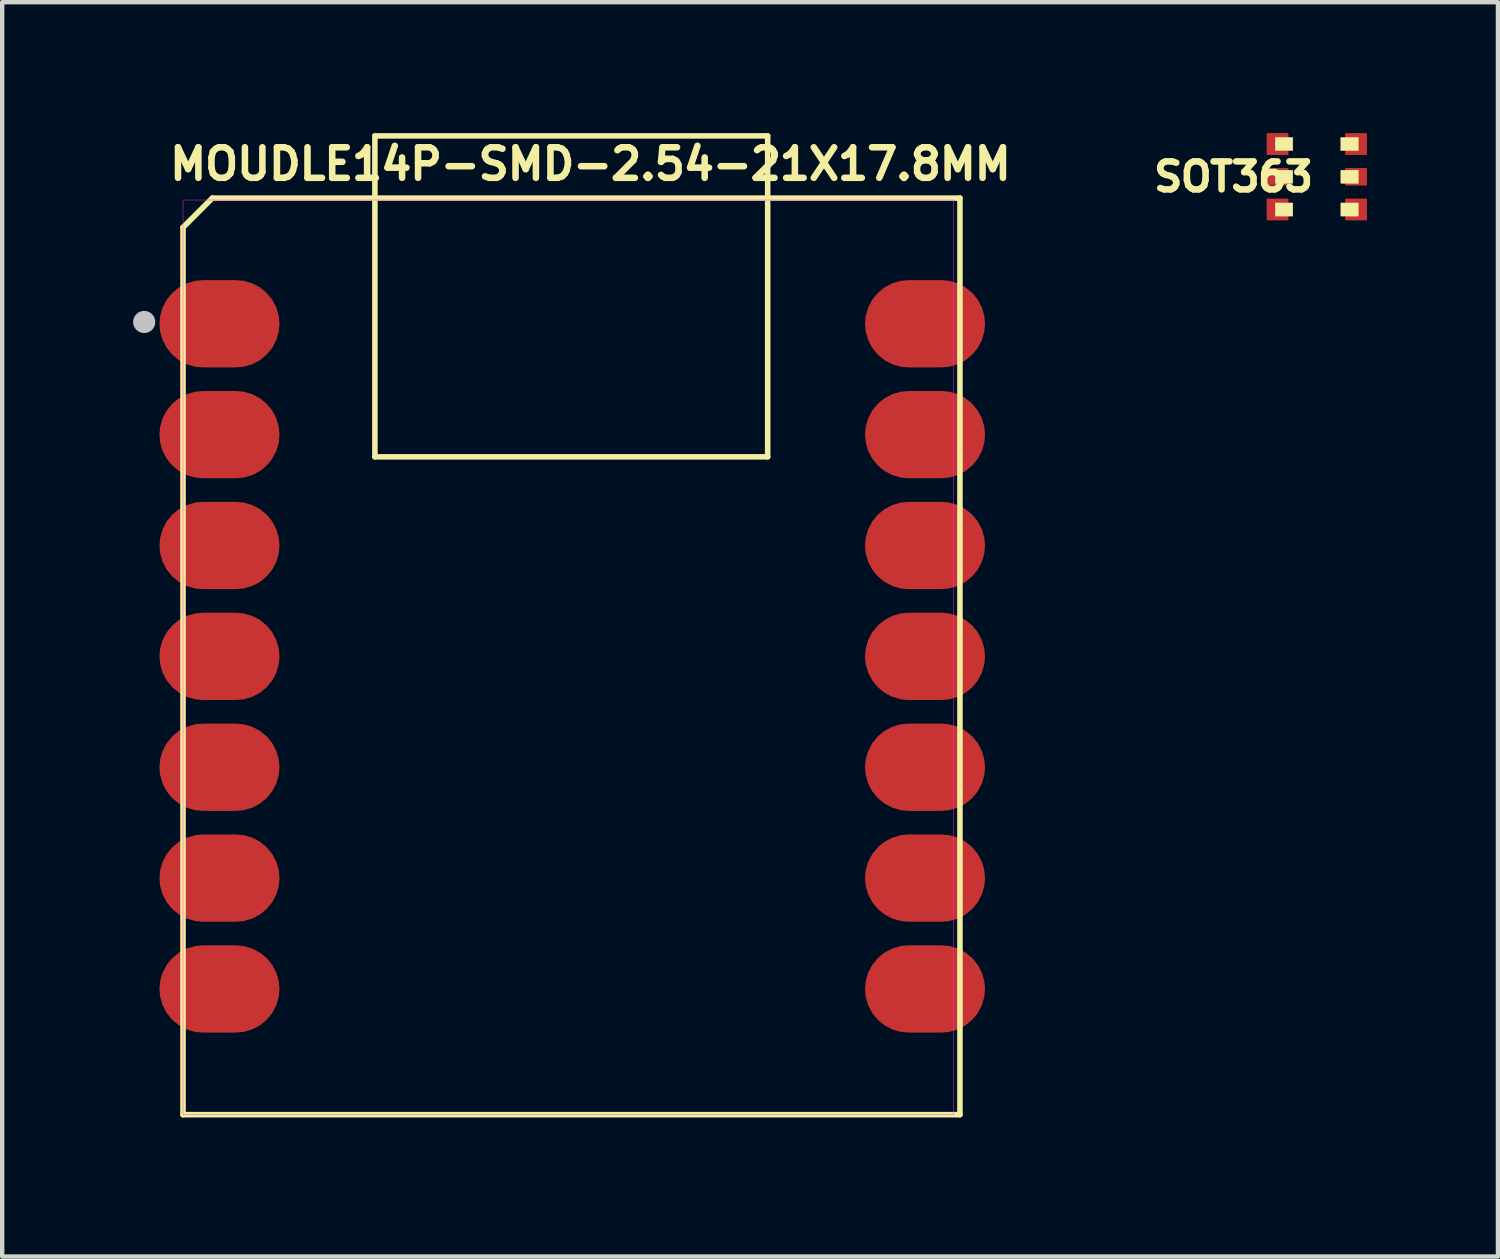
<source format=kicad_pcb>
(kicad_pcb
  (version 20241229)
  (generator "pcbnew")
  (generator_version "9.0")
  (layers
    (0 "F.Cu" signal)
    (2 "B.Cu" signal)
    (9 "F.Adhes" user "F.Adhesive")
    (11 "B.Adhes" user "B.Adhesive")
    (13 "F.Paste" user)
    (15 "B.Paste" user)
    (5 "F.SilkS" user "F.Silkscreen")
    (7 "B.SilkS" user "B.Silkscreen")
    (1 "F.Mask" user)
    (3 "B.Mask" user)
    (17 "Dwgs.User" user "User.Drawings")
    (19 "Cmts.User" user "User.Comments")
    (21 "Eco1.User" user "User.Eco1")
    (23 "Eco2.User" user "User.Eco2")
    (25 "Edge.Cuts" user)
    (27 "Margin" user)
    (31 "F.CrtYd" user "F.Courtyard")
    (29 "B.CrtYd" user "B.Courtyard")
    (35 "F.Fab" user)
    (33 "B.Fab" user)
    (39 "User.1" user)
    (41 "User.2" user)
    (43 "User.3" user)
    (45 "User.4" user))
  (footprint "MOUDLE14P-SMD-2.54-21X17.8MM"
    (layer "F.Cu")
    (at 1.143 22.488)
    (property "Reference" "MOUDLE14P-SMD-2.54-21X17.8MM" (at 9.335 -21.78 0) (layer "F.SilkS") (effects (font (size 0.7 0.7) (thickness 0.15))))
    (attr through_hole)
    (fp_line (start 0 -20.328) (end 0 0) (stroke (width 0.127) (type solid)) (layer "F.SilkS"))
    (fp_line (start 0 0) (end 17.8 0) (stroke (width 0.127) (type solid)) (layer "F.SilkS"))
    (fp_line (start 0.672 -21) (end 0 -20.328) (stroke (width 0.127) (type solid)) (layer "F.SilkS"))
    (fp_line (start 4.396 -15.072) (end 4.396 -22.425) (stroke (width 0.127) (type solid)) (layer "F.SilkS"))
    (fp_line (start 4.4 -22.424) (end 13.395 -22.424) (stroke (width 0.127) (type solid)) (layer "F.SilkS"))
    (fp_line (start 13.395 -22.424) (end 13.395 -15.072) (stroke (width 0.127) (type solid)) (layer "F.SilkS"))
    (fp_line (start 13.395 -15.072) (end 4.396 -15.072) (stroke (width 0.127) (type solid)) (layer "F.SilkS"))
    (fp_line (start 17.8 -21) (end 0.672 -21) (stroke (width 0.127) (type solid)) (layer "F.SilkS"))
    (fp_line (start 17.8 0) (end 17.8 -21) (stroke (width 0.127) (type solid)) (layer "F.SilkS"))
    (fp_circle (center -0.889 -18.161) (end -0.635 -18.161) (stroke (width 0) (type solid)) (fill yes) (layer "Dwgs.User"))
    (fp_poly (pts (xy 0 -20.955) (xy 17.653 -20.955) (xy 17.653 0) (xy 0 0)) (stroke (width 0.01) (type solid)) (fill no) (layer "F.CrtYd"))
    (pad "1" smd roundrect (at 0.835 -18.12) (size 2.75 2) (layers "F.Cu" "F.Mask" "F.Paste") (roundrect_rratio 0.5))
    (pad "2" smd roundrect (at 0.835 -15.58) (size 2.75 2) (layers "F.Cu" "F.Mask" "F.Paste") (roundrect_rratio 0.5))
    (pad "3" smd roundrect (at 0.835 -13.04) (size 2.75 2) (layers "F.Cu" "F.Mask" "F.Paste") (roundrect_rratio 0.5))
    (pad "4" smd roundrect (at 0.835 -10.5) (size 2.75 2) (layers "F.Cu" "F.Mask" "F.Paste") (roundrect_rratio 0.5))
    (pad "5" smd roundrect (at 0.835 -7.96) (size 2.75 2) (layers "F.Cu" "F.Mask" "F.Paste") (roundrect_rratio 0.5))
    (pad "6" smd roundrect (at 0.835 -5.42) (size 2.75 2) (layers "F.Cu" "F.Mask" "F.Paste") (roundrect_rratio 0.5))
    (pad "7" smd roundrect (at 0.835 -2.88) (size 2.75 2) (layers "F.Cu" "F.Mask" "F.Paste") (roundrect_rratio 0.5))
    (pad "8" smd roundrect (at 17 -2.88) (size 2.75 2) (layers "F.Cu" "F.Mask" "F.Paste") (roundrect_rratio 0.5))
    (pad "9" smd roundrect (at 17 -5.42) (size 2.75 2) (layers "F.Cu" "F.Mask" "F.Paste") (roundrect_rratio 0.5))
    (pad "10" smd roundrect (at 17 -7.96) (size 2.75 2) (layers "F.Cu" "F.Mask" "F.Paste") (roundrect_rratio 0.5))
    (pad "11" smd roundrect (at 17 -10.5) (size 2.75 2) (layers "F.Cu" "F.Mask" "F.Paste") (roundrect_rratio 0.5))
    (pad "12" smd roundrect (at 17 -13.04) (size 2.75 2) (layers "F.Cu" "F.Mask" "F.Paste") (roundrect_rratio 0.5))
    (pad "13" smd roundrect (at 17 -15.58) (size 2.75 2) (layers "F.Cu" "F.Mask" "F.Paste") (roundrect_rratio 0.5))
    (pad "14" smd roundrect (at 17 -18.12) (size 2.75 2) (layers "F.Cu" "F.Mask" "F.Paste") (roundrect_rratio 0.5))
    (zone (net_name "") (layer "F.Cu") (hatch full 0.508) (connect_pads) (min_thickness 0.01) (filled_areas_thickness no) (keepout (tracks not_allowed) (vias not_allowed) (pads not_allowed) (copperpour not_allowed) (footprints allowed)) (placement (enabled no)) (fill) (polygon (pts (xy 4.128 9.725) (xy 7.048 9.725) (xy 7.048 11.757) (xy 4.128 11.757))))
    (zone (net_name "") (layer "F.Cu") (hatch full 0.508) (connect_pads) (min_thickness 0.01) (filled_areas_thickness no) (keepout (tracks not_allowed) (vias not_allowed) (pads not_allowed) (copperpour not_allowed) (footprints allowed)) (placement (enabled no)) (fill) (polygon (pts (xy 4.826 1.407) (xy 6.604 1.407) (xy 6.604 4.074) (xy 4.826 4.074))))
    (zone (net_name "") (layer "F.Cu") (hatch full 0.508) (connect_pads) (min_thickness 0.01) (filled_areas_thickness no) (keepout (tracks not_allowed) (vias not_allowed) (pads not_allowed) (copperpour not_allowed) (footprints allowed)) (placement (enabled no)) (fill) (polygon (pts (xy 4.826 5.471) (xy 6.604 5.471) (xy 6.604 8.137) (xy 4.826 8.137))))
    (zone (net_name "") (layer "F.Cu") (hatch full 0.508) (connect_pads) (min_thickness 0.01) (filled_areas_thickness no) (keepout (tracks not_allowed) (vias not_allowed) (pads not_allowed) (copperpour not_allowed) (footprints allowed)) (placement (enabled no)) (fill) (polygon (pts (xy 7.493 2.168) (xy 12.7 2.168) (xy 12.7 9.153) (xy 7.493 9.153))))
    (zone (net_name "") (layer "F.Cu") (hatch full 0.508) (connect_pads) (min_thickness 0.01) (filled_areas_thickness no) (keepout (tracks not_allowed) (vias not_allowed) (pads not_allowed) (copperpour not_allowed) (footprints allowed)) (placement (enabled no)) (fill) (polygon (pts (xy 7.493 19.314) (xy 13.208 19.314) (xy 13.208 21.854) (xy 7.493 21.854))))
    (zone (net_name "") (layer "F.Cu") (hatch full 0.508) (connect_pads) (min_thickness 0.01) (filled_areas_thickness no) (keepout (tracks not_allowed) (vias not_allowed) (pads not_allowed) (copperpour not_allowed) (footprints allowed)) (placement (enabled no)) (fill) (polygon (pts (xy 10.922 11.185) (xy 13.97 11.185) (xy 13.97 14.233) (xy 10.922 14.233))))
    (zone (net_name "") (layer "F.Cu") (hatch full 0.508) (connect_pads) (min_thickness 0.01) (filled_areas_thickness no) (keepout (tracks not_allowed) (vias not_allowed) (pads not_allowed) (copperpour not_allowed) (footprints allowed)) (placement (enabled no)) (fill) (polygon (pts (xy 13.462 1.407) (xy 15.24 1.407) (xy 15.24 4.074) (xy 13.462 4.074))))
    (zone (net_name "") (layer "F.Cu") (hatch full 0.508) (connect_pads) (min_thickness 0.01) (filled_areas_thickness no) (keepout (tracks not_allowed) (vias not_allowed) (pads not_allowed) (copperpour not_allowed) (footprints allowed)) (placement (enabled no)) (fill) (polygon (pts (xy 13.462 5.471) (xy 15.24 5.471) (xy 15.24 8.137) (xy 13.462 8.137)))))
  (footprint "SOT363"
    (layer "F.Cu")
    (at 27.119 1)
    (property "Reference" "SOT363" (at -1.908 0 180) (layer "F.SilkS") (effects (font (size 0.641 0.641) (thickness 0.15))))
    (attr smd)
    (fp_poly (pts (xy -0.951 -0.9) (xy -0.55 -0.9) (xy -0.55 -0.601) (xy -0.951 -0.601)) (stroke (width 0.01) (type solid)) (fill yes) (layer "F.SilkS"))
    (fp_poly (pts (xy -0.951 0.6) (xy -0.55 0.6) (xy -0.55 0.901) (xy -0.951 0.901)) (stroke (width 0.01) (type solid)) (fill yes) (layer "F.SilkS"))
    (fp_poly (pts (xy -0.951 -0.15) (xy -0.55 -0.15) (xy -0.55 0.15) (xy -0.951 0.15)) (stroke (width 0.01) (type solid)) (fill yes) (layer "F.SilkS"))
    (fp_poly (pts (xy 0.55 -0.9) (xy 0.95 -0.9) (xy 0.95 -0.6) (xy 0.55 -0.6)) (stroke (width 0.01) (type solid)) (fill yes) (layer "F.SilkS"))
    (fp_poly (pts (xy 0.551 0.6) (xy 0.95 0.6) (xy 0.95 0.901) (xy 0.551 0.901)) (stroke (width 0.01) (type solid)) (fill yes) (layer "F.SilkS"))
    (fp_poly (pts (xy 0.551 -0.15) (xy 0.95 -0.15) (xy 0.95 0.15) (xy 0.551 0.15)) (stroke (width 0.01) (type solid)) (fill yes) (layer "F.SilkS"))
    (pad "1" smd roundrect (at -0.9 -0.75 270) (size 0.5 0.5) (layers "F.Cu" "F.Mask" "F.Paste") (roundrect_rratio 0.03))
    (pad "2" smd roundrect (at -0.9 0 270) (size 0.4 0.5) (layers "F.Cu" "F.Mask" "F.Paste") (roundrect_rratio 0.03))
    (pad "3" smd roundrect (at -0.9 0.75 270) (size 0.5 0.5) (layers "F.Cu" "F.Mask" "F.Paste") (roundrect_rratio 0.03))
    (pad "4" smd roundrect (at 0.9 0.75 270) (size 0.5 0.5) (layers "F.Cu" "F.Mask" "F.Paste") (roundrect_rratio 0.03))
    (pad "5" smd roundrect (at 0.9 0 270) (size 0.4 0.5) (layers "F.Cu" "F.Mask" "F.Paste") (roundrect_rratio 0.03))
    (pad "6" smd roundrect (at 0.9 -0.75 270) (size 0.5 0.5) (layers "F.Cu" "F.Mask" "F.Paste") (roundrect_rratio 0.03)))
  (gr_rect
    (start -3 -3)
    (end 31.269 25.738)
    (stroke (width 0.1) (type default))
    (fill no)
    (layer "Edge.Cuts")))
</source>
